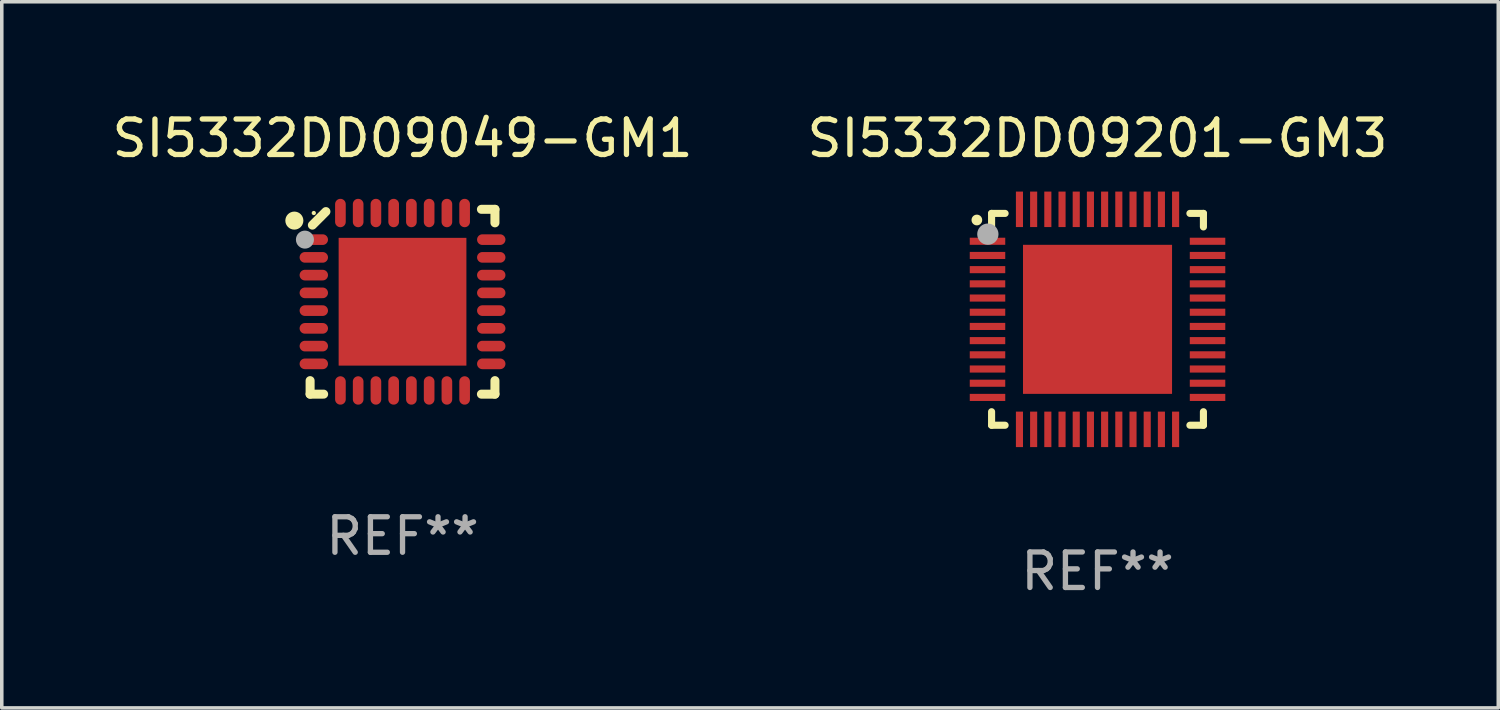
<source format=kicad_pcb>
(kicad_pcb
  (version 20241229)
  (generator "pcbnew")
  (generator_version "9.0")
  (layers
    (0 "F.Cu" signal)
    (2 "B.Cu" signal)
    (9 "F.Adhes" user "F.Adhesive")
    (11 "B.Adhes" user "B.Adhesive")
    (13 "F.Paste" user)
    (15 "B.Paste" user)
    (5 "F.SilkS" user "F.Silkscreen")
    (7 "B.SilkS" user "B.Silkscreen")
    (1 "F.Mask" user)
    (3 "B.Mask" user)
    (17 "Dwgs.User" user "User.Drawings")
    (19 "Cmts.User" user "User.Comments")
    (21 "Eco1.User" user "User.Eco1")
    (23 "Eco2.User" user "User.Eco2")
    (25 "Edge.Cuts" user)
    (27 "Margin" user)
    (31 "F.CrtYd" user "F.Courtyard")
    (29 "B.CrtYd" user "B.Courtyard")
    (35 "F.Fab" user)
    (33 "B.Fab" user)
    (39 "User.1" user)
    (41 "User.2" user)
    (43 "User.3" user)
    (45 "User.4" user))
  (footprint "SI5332DD09201-GM3"
    (layer "F.Cu")
    (at 27.875 5.948)
    (property "Reference" "SI5332DD09201-GM3" (at 0 -5.1 0) (layer "F.SilkS") (effects (font (size 1 1) (thickness 0.15))))
    (attr through_hole)
    (fp_line (start -2.985 -2.985) (end -2.604 -2.985) (stroke (width 0.2) (type solid)) (layer "F.SilkS"))
    (fp_line (start -2.985 -2.604) (end -2.985 -2.985) (stroke (width 0.2) (type solid)) (layer "F.SilkS"))
    (fp_line (start -2.985 2.984) (end -2.985 2.603) (stroke (width 0.2) (type solid)) (layer "F.SilkS"))
    (fp_line (start -2.604 2.984) (end -2.985 2.984) (stroke (width 0.2) (type solid)) (layer "F.SilkS"))
    (fp_line (start 2.603 -2.985) (end 2.984 -2.985) (stroke (width 0.2) (type solid)) (layer "F.SilkS"))
    (fp_line (start 2.984 -2.985) (end 2.984 -2.604) (stroke (width 0.2) (type solid)) (layer "F.SilkS"))
    (fp_line (start 2.984 2.603) (end 2.984 2.984) (stroke (width 0.2) (type solid)) (layer "F.SilkS"))
    (fp_line (start 2.984 2.984) (end 2.603 2.984) (stroke (width 0.2) (type solid)) (layer "F.SilkS"))
    (fp_arc (start -3.400076 -2.797562) (mid -3.400081 -2.798806) (end -3.400076 -2.800051) (stroke (width 0.3) (type solid)) (layer "F.SilkS"))
    (fp_circle (center -3 -3) (end -2.97 -3) (stroke (width 0.06) (type solid)) (fill no) (layer "F.SilkS"))
    (fp_circle (center -3.09 -2.4) (end -2.94 -2.4) (stroke (width 0.3) (type solid)) (fill no) (layer "F.Fab"))
    (fp_text user "REF**" (at 0 7.1 0) (layer "F.Fab") (effects (font (size 1 1) (thickness 0.15))))
    (pad "1" smd rect (at -3.1 -2.2) (size 1 0.2) (layers "F.Cu" "F.Mask" "F.Paste"))
    (pad "2" smd rect (at -3.1 -1.8) (size 1 0.2) (layers "F.Cu" "F.Mask" "F.Paste"))
    (pad "3" smd rect (at -3.1 -1.4) (size 1 0.2) (layers "F.Cu" "F.Mask" "F.Paste"))
    (pad "4" smd rect (at -3.1 -1) (size 1 0.2) (layers "F.Cu" "F.Mask" "F.Paste"))
    (pad "5" smd rect (at -3.1 -0.6) (size 1 0.2) (layers "F.Cu" "F.Mask" "F.Paste"))
    (pad "6" smd rect (at -3.1 -0.2) (size 1 0.2) (layers "F.Cu" "F.Mask" "F.Paste"))
    (pad "7" smd rect (at -3.1 0.2) (size 1 0.2) (layers "F.Cu" "F.Mask" "F.Paste"))
    (pad "8" smd rect (at -3.1 0.6) (size 1 0.2) (layers "F.Cu" "F.Mask" "F.Paste"))
    (pad "9" smd rect (at -3.1 1) (size 1 0.2) (layers "F.Cu" "F.Mask" "F.Paste"))
    (pad "10" smd rect (at -3.1 1.4) (size 1 0.2) (layers "F.Cu" "F.Mask" "F.Paste"))
    (pad "11" smd rect (at -3.1 1.8) (size 1 0.2) (layers "F.Cu" "F.Mask" "F.Paste"))
    (pad "12" smd rect (at -3.1 2.2) (size 1 0.2) (layers "F.Cu" "F.Mask" "F.Paste"))
    (pad "13" smd rect (at -2.2 3.1) (size 0.2 1) (layers "F.Cu" "F.Mask" "F.Paste"))
    (pad "14" smd rect (at -1.8 3.1) (size 0.2 1) (layers "F.Cu" "F.Mask" "F.Paste"))
    (pad "15" smd rect (at -1.4 3.1) (size 0.2 1) (layers "F.Cu" "F.Mask" "F.Paste"))
    (pad "16" smd rect (at -1 3.1) (size 0.2 1) (layers "F.Cu" "F.Mask" "F.Paste"))
    (pad "17" smd rect (at -0.6 3.1) (size 0.2 1) (layers "F.Cu" "F.Mask" "F.Paste"))
    (pad "18" smd rect (at -0.2 3.1) (size 0.2 1) (layers "F.Cu" "F.Mask" "F.Paste"))
    (pad "19" smd rect (at 0.2 3.1) (size 0.2 1) (layers "F.Cu" "F.Mask" "F.Paste"))
    (pad "20" smd rect (at 0.6 3.1) (size 0.2 1) (layers "F.Cu" "F.Mask" "F.Paste"))
    (pad "21" smd rect (at 1 3.1) (size 0.2 1) (layers "F.Cu" "F.Mask" "F.Paste"))
    (pad "22" smd rect (at 1.4 3.1) (size 0.2 1) (layers "F.Cu" "F.Mask" "F.Paste"))
    (pad "23" smd rect (at 1.8 3.1) (size 0.2 1) (layers "F.Cu" "F.Mask" "F.Paste"))
    (pad "24" smd rect (at 2.2 3.1) (size 0.2 1) (layers "F.Cu" "F.Mask" "F.Paste"))
    (pad "25" smd rect (at 3.1 2.2) (size 1 0.2) (layers "F.Cu" "F.Mask" "F.Paste"))
    (pad "26" smd rect (at 3.1 1.8) (size 1 0.2) (layers "F.Cu" "F.Mask" "F.Paste"))
    (pad "27" smd rect (at 3.1 1.4) (size 1 0.2) (layers "F.Cu" "F.Mask" "F.Paste"))
    (pad "28" smd rect (at 3.1 1) (size 1 0.2) (layers "F.Cu" "F.Mask" "F.Paste"))
    (pad "29" smd rect (at 3.1 0.6) (size 1 0.2) (layers "F.Cu" "F.Mask" "F.Paste"))
    (pad "30" smd rect (at 3.1 0.2) (size 1 0.2) (layers "F.Cu" "F.Mask" "F.Paste"))
    (pad "31" smd rect (at 3.1 -0.2) (size 1 0.2) (layers "F.Cu" "F.Mask" "F.Paste"))
    (pad "32" smd rect (at 3.1 -0.6) (size 1 0.2) (layers "F.Cu" "F.Mask" "F.Paste"))
    (pad "33" smd rect (at 3.1 -1) (size 1 0.2) (layers "F.Cu" "F.Mask" "F.Paste"))
    (pad "34" smd rect (at 3.1 -1.4) (size 1 0.2) (layers "F.Cu" "F.Mask" "F.Paste"))
    (pad "35" smd rect (at 3.1 -1.8) (size 1 0.2) (layers "F.Cu" "F.Mask" "F.Paste"))
    (pad "36" smd rect (at 3.1 -2.2) (size 1 0.2) (layers "F.Cu" "F.Mask" "F.Paste"))
    (pad "37" smd rect (at 2.2 -3.1) (size 0.2 1) (layers "F.Cu" "F.Mask" "F.Paste"))
    (pad "38" smd rect (at 1.8 -3.1) (size 0.2 1) (layers "F.Cu" "F.Mask" "F.Paste"))
    (pad "39" smd rect (at 1.4 -3.1) (size 0.2 1) (layers "F.Cu" "F.Mask" "F.Paste"))
    (pad "40" smd rect (at 1 -3.1) (size 0.2 1) (layers "F.Cu" "F.Mask" "F.Paste"))
    (pad "41" smd rect (at 0.6 -3.1) (size 0.2 1) (layers "F.Cu" "F.Mask" "F.Paste"))
    (pad "42" smd rect (at 0.2 -3.1) (size 0.2 1) (layers "F.Cu" "F.Mask" "F.Paste"))
    (pad "43" smd rect (at -0.2 -3.1) (size 0.2 1) (layers "F.Cu" "F.Mask" "F.Paste"))
    (pad "44" smd rect (at -0.6 -3.1) (size 0.2 1) (layers "F.Cu" "F.Mask" "F.Paste"))
    (pad "45" smd rect (at -1 -3.1) (size 0.2 1) (layers "F.Cu" "F.Mask" "F.Paste"))
    (pad "46" smd rect (at -1.4 -3.1) (size 0.2 1) (layers "F.Cu" "F.Mask" "F.Paste"))
    (pad "47" smd rect (at -1.8 -3.1) (size 0.2 1) (layers "F.Cu" "F.Mask" "F.Paste"))
    (pad "48" smd rect (at -2.2 -3.1) (size 0.2 1) (layers "F.Cu" "F.Mask" "F.Paste"))
    (pad "49" smd rect (at -0.000127 0) (size 4.2 4.2) (layers "F.Cu" "F.Mask" "F.Paste")))
  (footprint "SI5332DD09049-GM1"
    (layer "F.Cu")
    (at 8.292 5.452)
    (property "Reference" "SI5332DD09049-GM1" (at 0 -4.604 0) (layer "F.SilkS") (effects (font (size 1 1) (thickness 0.15))))
    (attr through_hole)
    (fp_line (start -2.604 2.223) (end -2.604 2.604) (stroke (width 0.254) (type solid)) (layer "F.SilkS"))
    (fp_line (start -2.604 2.604) (end -2.223 2.604) (stroke (width 0.254) (type solid)) (layer "F.SilkS"))
    (fp_line (start -2.159 -2.54) (end -2.54 -2.159) (stroke (width 0.254) (type solid)) (layer "F.SilkS"))
    (fp_line (start 2.223 2.604) (end 2.604 2.604) (stroke (width 0.254) (type solid)) (layer "F.SilkS"))
    (fp_line (start 2.604 -2.604) (end 2.223 -2.604) (stroke (width 0.254) (type solid)) (layer "F.SilkS"))
    (fp_line (start 2.604 -2.223) (end 2.604 -2.604) (stroke (width 0.254) (type solid)) (layer "F.SilkS"))
    (fp_line (start 2.604 2.604) (end 2.604 2.223) (stroke (width 0.254) (type solid)) (layer "F.SilkS"))
    (fp_circle (center -3.048 -2.286) (end -2.921 -2.286) (stroke (width 0.254) (type solid)) (fill no) (layer "F.SilkS"))
    (fp_circle (center -2.5 -2.5) (end -2.47 -2.5) (stroke (width 0.06) (type solid)) (fill no) (layer "F.SilkS"))
    (fp_circle (center -2.75 -1.75) (end -2.623 -1.75) (stroke (width 0.254) (type solid)) (fill no) (layer "F.Fab"))
    (fp_text user "REF**" (at 0 6.604 0) (layer "F.Fab") (effects (font (size 1 1) (thickness 0.15))))
    (pad "1" smd oval (at -2.5 -1.75) (size 0.8 0.3) (layers "F.Cu" "F.Mask" "F.Paste"))
    (pad "2" smd oval (at -2.5 -1.25) (size 0.8 0.3) (layers "F.Cu" "F.Mask" "F.Paste"))
    (pad "3" smd oval (at -2.5 -0.75) (size 0.8 0.3) (layers "F.Cu" "F.Mask" "F.Paste"))
    (pad "4" smd oval (at -2.5 -0.25) (size 0.8 0.3) (layers "F.Cu" "F.Mask" "F.Paste"))
    (pad "5" smd oval (at -2.5 0.25) (size 0.8 0.3) (layers "F.Cu" "F.Mask" "F.Paste"))
    (pad "6" smd oval (at -2.5 0.75) (size 0.8 0.3) (layers "F.Cu" "F.Mask" "F.Paste"))
    (pad "7" smd oval (at -2.5 1.25) (size 0.8 0.3) (layers "F.Cu" "F.Mask" "F.Paste"))
    (pad "8" smd oval (at -2.5 1.75) (size 0.8 0.3) (layers "F.Cu" "F.Mask" "F.Paste"))
    (pad "9" smd oval (at -1.75 2.5) (size 0.3 0.8) (layers "F.Cu" "F.Mask" "F.Paste"))
    (pad "10" smd oval (at -1.25 2.5) (size 0.3 0.8) (layers "F.Cu" "F.Mask" "F.Paste"))
    (pad "11" smd oval (at -0.75 2.5) (size 0.3 0.8) (layers "F.Cu" "F.Mask" "F.Paste"))
    (pad "12" smd oval (at -0.25 2.5) (size 0.3 0.8) (layers "F.Cu" "F.Mask" "F.Paste"))
    (pad "13" smd oval (at 0.25 2.5) (size 0.3 0.8) (layers "F.Cu" "F.Mask" "F.Paste"))
    (pad "14" smd oval (at 0.75 2.5) (size 0.3 0.8) (layers "F.Cu" "F.Mask" "F.Paste"))
    (pad "15" smd oval (at 1.25 2.5) (size 0.3 0.8) (layers "F.Cu" "F.Mask" "F.Paste"))
    (pad "16" smd oval (at 1.75 2.5) (size 0.3 0.8) (layers "F.Cu" "F.Mask" "F.Paste"))
    (pad "17" smd oval (at 2.5 1.75) (size 0.8 0.3) (layers "F.Cu" "F.Mask" "F.Paste"))
    (pad "18" smd oval (at 2.5 1.25) (size 0.8 0.3) (layers "F.Cu" "F.Mask" "F.Paste"))
    (pad "19" smd oval (at 2.5 0.75) (size 0.8 0.3) (layers "F.Cu" "F.Mask" "F.Paste"))
    (pad "20" smd oval (at 2.5 0.25) (size 0.8 0.3) (layers "F.Cu" "F.Mask" "F.Paste"))
    (pad "21" smd oval (at 2.5 -0.25) (size 0.8 0.3) (layers "F.Cu" "F.Mask" "F.Paste"))
    (pad "22" smd oval (at 2.5 -0.75) (size 0.8 0.3) (layers "F.Cu" "F.Mask" "F.Paste"))
    (pad "23" smd oval (at 2.5 -1.25) (size 0.8 0.3) (layers "F.Cu" "F.Mask" "F.Paste"))
    (pad "24" smd oval (at 2.5 -1.75) (size 0.8 0.3) (layers "F.Cu" "F.Mask" "F.Paste"))
    (pad "25" smd oval (at 1.75 -2.5) (size 0.3 0.8) (layers "F.Cu" "F.Mask" "F.Paste"))
    (pad "26" smd oval (at 1.25 -2.5) (size 0.3 0.8) (layers "F.Cu" "F.Mask" "F.Paste"))
    (pad "27" smd oval (at 0.75 -2.5) (size 0.3 0.8) (layers "F.Cu" "F.Mask" "F.Paste"))
    (pad "28" smd oval (at 0.25 -2.5) (size 0.3 0.8) (layers "F.Cu" "F.Mask" "F.Paste"))
    (pad "29" smd oval (at -0.25 -2.5) (size 0.3 0.8) (layers "F.Cu" "F.Mask" "F.Paste"))
    (pad "30" smd oval (at -0.75 -2.5) (size 0.3 0.8) (layers "F.Cu" "F.Mask" "F.Paste"))
    (pad "31" smd oval (at -1.25 -2.5) (size 0.3 0.8) (layers "F.Cu" "F.Mask" "F.Paste"))
    (pad "32" smd oval (at -1.75 -2.5) (size 0.3 0.8) (layers "F.Cu" "F.Mask" "F.Paste"))
    (pad "33" smd rect (at -0.000076 0) (size 3.6 3.6) (layers "F.Cu" "F.Mask" "F.Paste")))
  (gr_rect
    (start -3 -3)
    (end 39.167 16.897)
    (stroke (width 0.1) (type default))
    (fill no)
    (layer "Edge.Cuts")))
</source>
